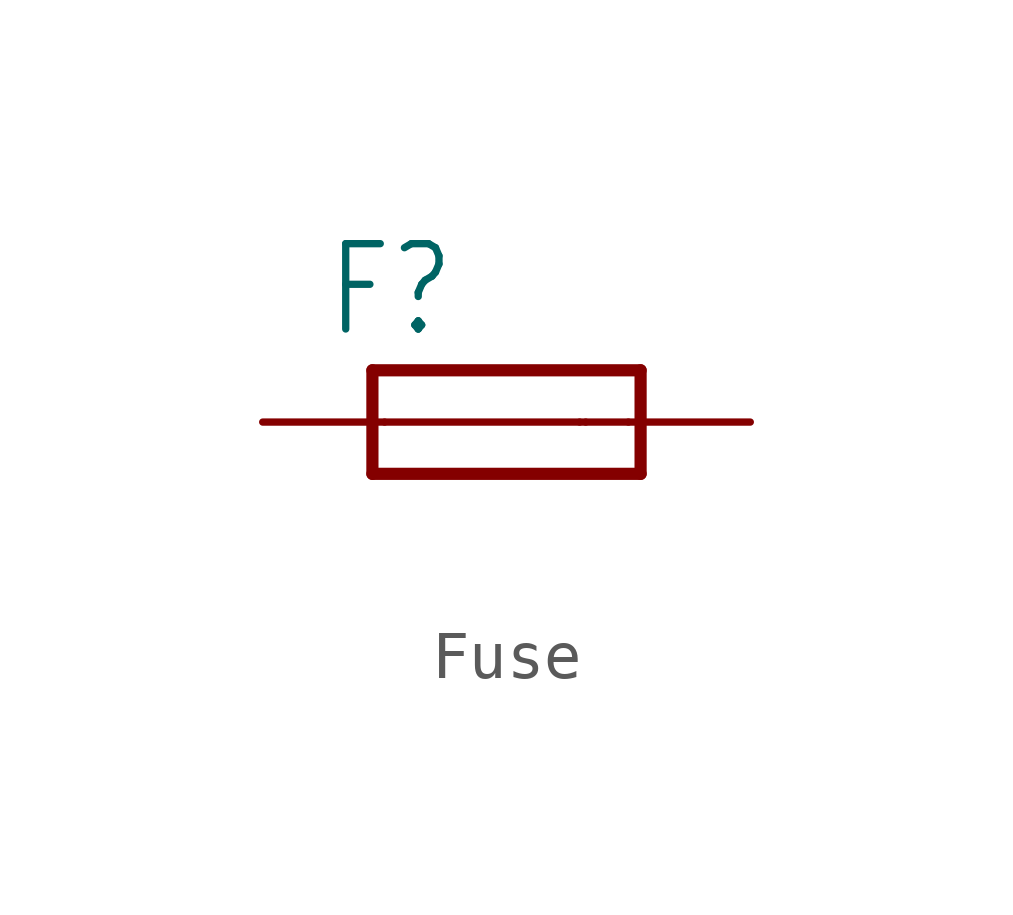
<source format=kicad_sym>
(kicad_symbol_lib
  (version 20220914)
  (generator kicad_symbol_editor)
  (symbol "Fuse"
    (property "Reference" "F"
      (at -3.81 1.714 0)
      (effects (font (size 1.778 1.511)) (justify left bottom)))
    (property "Value" ""
      (at -3.81 -3.239 0)
      (effects (font (size 1.778 1.511)) (justify left bottom)))
    (symbol "Fuse_1_0"
      (polyline (pts (xy -2.794 -1.079) (xy 2.794 -1.079)) (stroke (width 0.254) (type solid)) (fill (type none)))
      (polyline (pts (xy -2.794 1.079) (xy -2.794 -1.079)) (stroke (width 0.254) (type solid)) (fill (type none)))
      (polyline (pts (xy -2.54 0) (xy 1.524 0)) (stroke (width 0.152) (type solid)) (fill (type none)))
      (polyline (pts (xy 1.524 0) (xy 1.651 0)) (stroke (width 0.152) (type solid)) (fill (type none)))
      (polyline (pts (xy 1.651 0) (xy 2.54 0)) (stroke (width 0.152) (type solid)) (fill (type none)))
      (polyline (pts (xy 2.794 -1.079) (xy 2.794 1.079)) (stroke (width 0.254) (type solid)) (fill (type none)))
      (polyline (pts (xy 2.794 1.079) (xy -2.794 1.079)) (stroke (width 0.254) (type solid)) (fill (type none)))
      (pin passive line (at -5.08 0 0) (length 2.54) (name "1" (effects (font (size 0 0)))) (number "1" (effects (font (size 0 0)))))
      (pin passive line (at 5.08 0 180) (length 2.54) (name "2" (effects (font (size 0 0)))) (number "2" (effects (font (size 0 0))))))))
</source>
